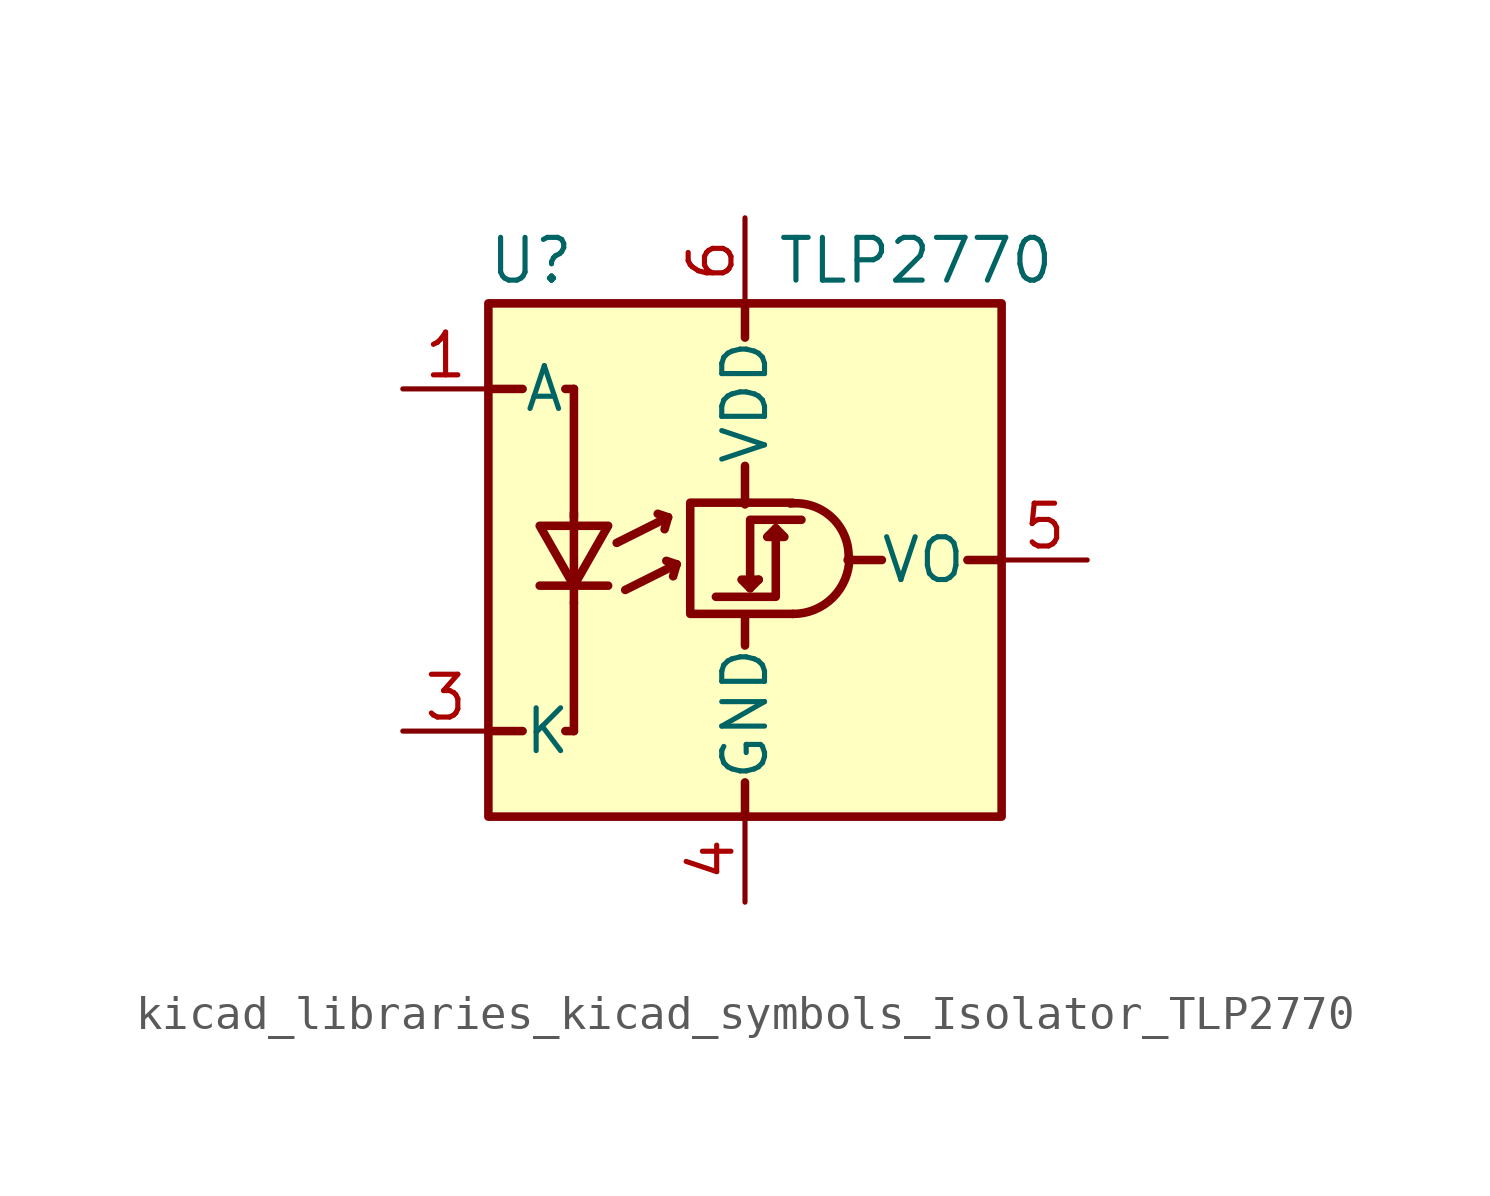
<source format=kicad_sym>
(kicad_symbol_lib
  (version 20220914)
  (generator kicad_symbol_editor)
  (symbol "kicad_libraries_kicad_symbols_Isolator_TLP2770"
    (pin_names
      (offset 1.016))
    (property "Reference" "U"
      (at -6.35 8.89 0)
      (effects (font (size 1.27 1.27))))
    (property "Value" "TLP2770"
      (at 5.08 8.89 0)
      (effects (font (size 1.27 1.27))))
    (symbol "kicad_libraries_kicad_symbols_Isolator_TLP2770_0_1"
      (polyline (pts (xy -7.62 -5.08) (xy -6.604 -5.08)) (stroke (width 0.254) (type default)) (fill (type none)))
      (polyline (pts (xy -7.62 5.08) (xy -6.604 5.08)) (stroke (width 0.254) (type default)) (fill (type none)))
      (polyline (pts (xy -5.08 -5.08) (xy -5.334 -5.08)) (stroke (width 0.254) (type default)) (fill (type none)))
      (polyline (pts (xy -5.08 -1.27) (xy -5.08 -5.08)) (stroke (width 0.254) (type default)) (fill (type none)))
      (polyline (pts (xy -5.08 1.27) (xy -5.08 5.08)) (stroke (width 0.254) (type default)) (fill (type none)))
      (polyline (pts (xy -5.08 5.08) (xy -5.334 5.08)) (stroke (width 0.254) (type default)) (fill (type none)))
      (polyline (pts (xy 0 -7.62) (xy 0 -6.604)) (stroke (width 0.254) (type default)) (fill (type none)))
      (polyline (pts (xy 0 -1.651) (xy 0 -2.54)) (stroke (width 0.254) (type default)) (fill (type none)))
      (polyline (pts (xy 0 1.651) (xy 0 2.794)) (stroke (width 0.254) (type default)) (fill (type none)))
      (polyline (pts (xy 0 7.62) (xy 0 6.604)) (stroke (width 0.254) (type default)) (fill (type none)))
      (polyline (pts (xy 3.048 0) (xy 4.064 0)) (stroke (width 0.254) (type default)) (fill (type none)))
      (polyline (pts (xy 7.62 0) (xy 6.604 0)) (stroke (width 0.254) (type default)) (fill (type none))))
    (symbol "kicad_libraries_kicad_symbols_Isolator_TLP2770_1_1"
      (rectangle (start -7.62 7.62) (end 7.62 -7.62) (stroke (width 0.254) (type default)) (fill (type background)))
      (polyline (pts (xy -6.096 -0.762) (xy -4.064 -0.762)) (stroke (width 0.254) (type default)) (fill (type none)))
      (polyline (pts (xy -5.08 -0.762) (xy -5.08 -1.27)) (stroke (width 0.254) (type default)) (fill (type none)))
      (polyline (pts (xy -5.08 1.016) (xy -5.08 -0.762)) (stroke (width 0.254) (type default)) (fill (type none)))
      (polyline (pts (xy -5.08 1.016) (xy -5.08 1.397)) (stroke (width 0.254) (type default)) (fill (type none)))
      (polyline (pts (xy -3.81 0.508) (xy -2.286 1.27)) (stroke (width 0.254) (type default)) (fill (type none)))
      (polyline (pts (xy -3.556 -0.889) (xy -2.032 -0.127)) (stroke (width 0.254) (type default)) (fill (type none)))
      (polyline (pts (xy -2.286 1.27) (xy -2.591 1.372)) (stroke (width 0.254) (type default)) (fill (type none)))
      (polyline (pts (xy -2.286 1.27) (xy -2.388 0.914)) (stroke (width 0.254) (type default)) (fill (type none)))
      (polyline (pts (xy -2.032 -0.127) (xy -2.337 -0.025)) (stroke (width 0.254) (type default)) (fill (type none)))
      (polyline (pts (xy -2.032 -0.127) (xy -2.134 -0.483)) (stroke (width 0.254) (type default)) (fill (type none)))
      (polyline (pts (xy 0.152 -0.838) (xy -0.102 -0.584) (xy 0.406 -0.584)) (stroke (width 0.254) (type default)) (fill (type none)))
      (polyline (pts (xy 0.914 0.94) (xy 0.914 -1.092) (xy -0.864 -1.092)) (stroke (width 0.254) (type default)) (fill (type none)))
      (polyline (pts (xy -6.096 1.016) (xy -4.064 1.016) (xy -5.08 -0.762) (xy -6.096 1.016)) (stroke (width 0.254) (type default)) (fill (type none)))
      (polyline (pts (xy 0.914 0.94) (xy 0.66 0.686) (xy 1.168 0.686) (xy 0.914 0.94)) (stroke (width 0.254) (type default)) (fill (type none)))
      (polyline (pts (xy 1.422 1.702) (xy -1.626 1.702) (xy -1.626 -1.6) (xy 1.422 -1.6)) (stroke (width 0.254) (type default)) (fill (type none)))
      (polyline (pts (xy 1.676 1.194) (xy 0.152 1.194) (xy 0.152 -0.838) (xy 0.406 -0.584)) (stroke (width 0.254) (type default)) (fill (type none)))
      (arc (start 1.4224 -1.6002) (mid 2.6101 -1.1115) (end 3.0988 0.0762) (stroke (width 0.254) (type default)) (fill (type none)))
      (arc (start 3.0734 0) (mid 2.6011 1.2413) (end 1.3462 1.6764) (stroke (width 0.254) (type default)) (fill (type none)))
      (pin passive line (at -10.16 5.08 0) (length 2.54) (name "A" (effects (font (size 1.27 1.27)))) (number "1" (effects (font (size 1.27 1.27)))))
      (pin no_connect line (at -7.62 0 0) (length 2.54) hide (name "NC" (effects (font (size 1.27 1.27)))) (number "2" (effects (font (size 1.27 1.27)))))
      (pin passive line (at -10.16 -5.08 0) (length 2.54) (name "K" (effects (font (size 1.27 1.27)))) (number "3" (effects (font (size 1.27 1.27)))))
      (pin power_in line (at 0 -10.16 90) (length 2.54) (name "GND" (effects (font (size 1.27 1.27)))) (number "4" (effects (font (size 1.27 1.27)))))
      (pin output line (at 10.16 0 180) (length 2.54) (name "VO" (effects (font (size 1.27 1.27)))) (number "5" (effects (font (size 1.27 1.27)))))
      (pin power_in line (at 0 10.16 270) (length 2.54) (name "VDD" (effects (font (size 1.27 1.27)))) (number "6" (effects (font (size 1.27 1.27))))))))
</source>
